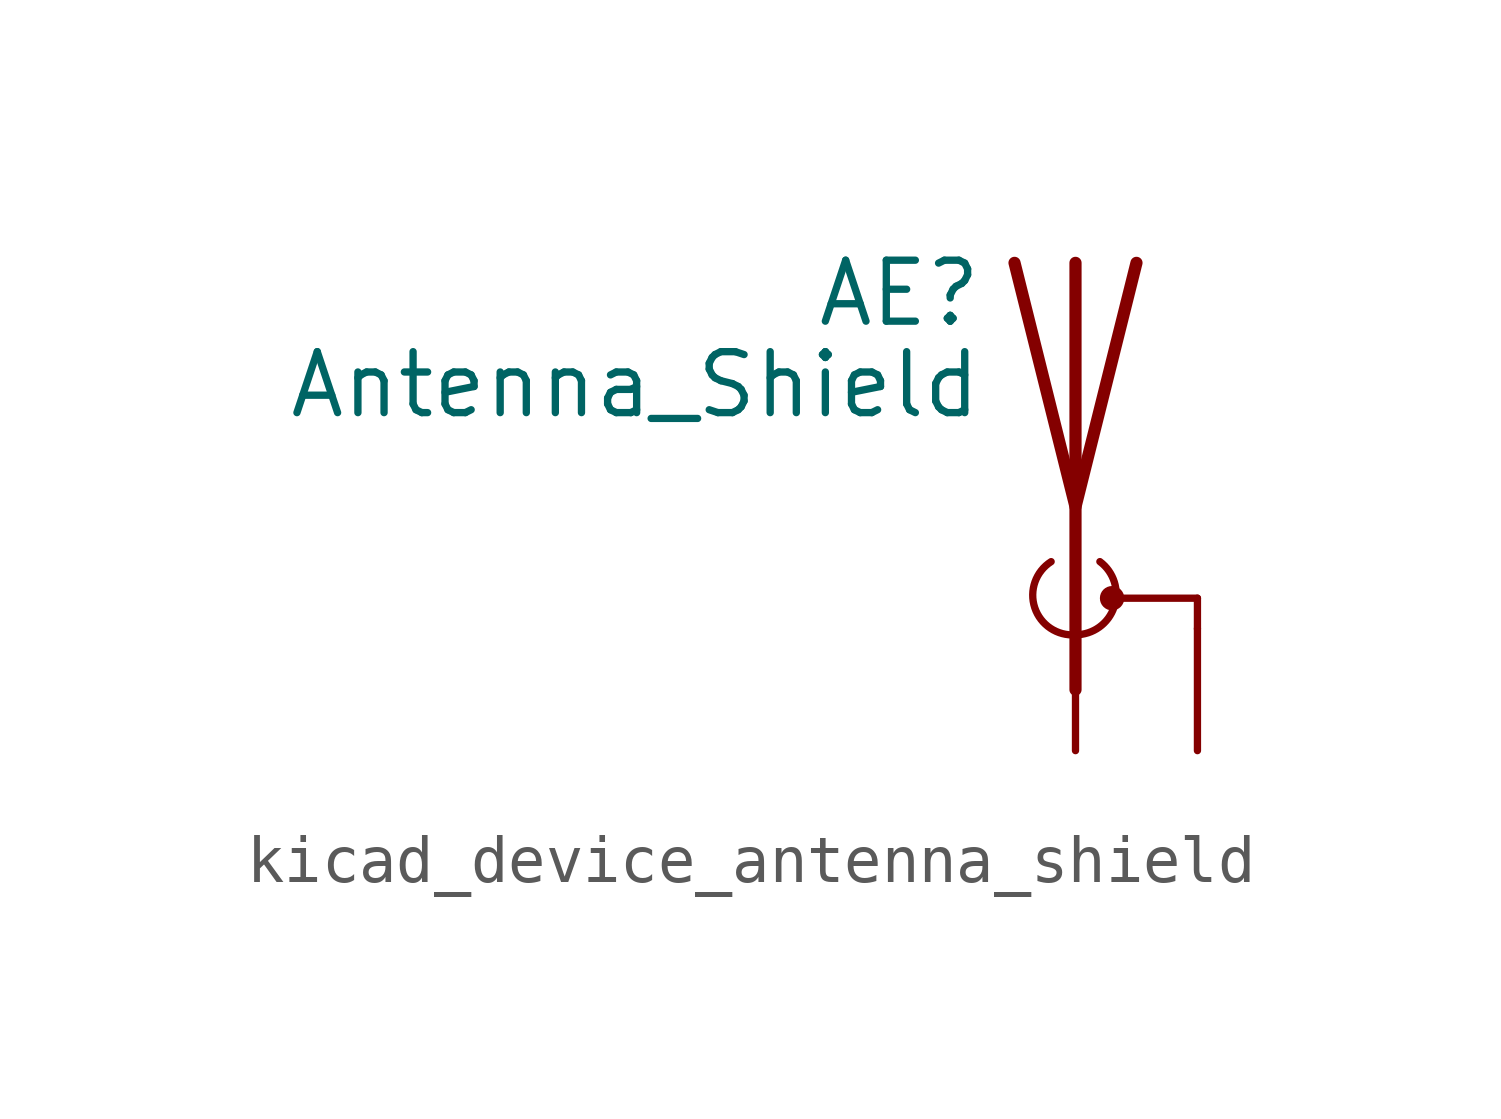
<source format=kicad_sym>
(kicad_symbol_lib
  (version 20220914)
  (generator kicad_symbol_editor)
  (symbol "kicad_device_antenna_shield"
    (pin_numbers hide)
    (pin_names
      (offset 1.016) hide)
    (property "Reference" "AE"
      (at -1.905 4.445 0)
      (effects (font (size 1.27 1.27)) (justify right)))
    (property "Value" "Antenna_Shield"
      (at -1.905 2.54 0)
      (effects (font (size 1.27 1.27)) (justify right)))
    (symbol "kicad_device_antenna_shield_0_1"
      (arc (start -0.508 -1.143) (mid -0.8429 -2.1194) (end 0 -2.667) (stroke (width 0) (type default)) (fill (type none)))
      (arc (start 0 -2.667) (mid 0.7989 -2.1052) (end 0.508 -1.143) (stroke (width 0) (type default)) (fill (type none)))
      (polyline (pts (xy 0 -2.54) (xy 0 0)) (stroke (width 0) (type default)) (fill (type none)))
      (polyline (pts (xy 0 5.08) (xy 0 -3.81)) (stroke (width 0.254) (type default)) (fill (type none)))
      (polyline (pts (xy 0.762 -1.905) (xy 2.54 -1.905)) (stroke (width 0) (type default)) (fill (type none)))
      (polyline (pts (xy 2.54 -2.54) (xy 2.54 -1.905)) (stroke (width 0) (type default)) (fill (type none)))
      (polyline (pts (xy 1.27 5.08) (xy 0 0) (xy -1.27 5.08)) (stroke (width 0.254) (type default)) (fill (type none)))
      (circle (center 0.762 -1.905) (radius 0.178) (stroke (width 0) (type default)) (fill (type outline))))
    (symbol "kicad_device_antenna_shield_1_1"
      (pin input line (at 0 -5.08 90) (length 2.54) (name "A" (effects (font (size 1.27 1.27)))) (number "1" (effects (font (size 1.27 1.27)))))
      (pin input line (at 2.54 -5.08 90) (length 2.54) (name "Shield" (effects (font (size 1.27 1.27)))) (number "2" (effects (font (size 1.27 1.27))))))))
</source>
